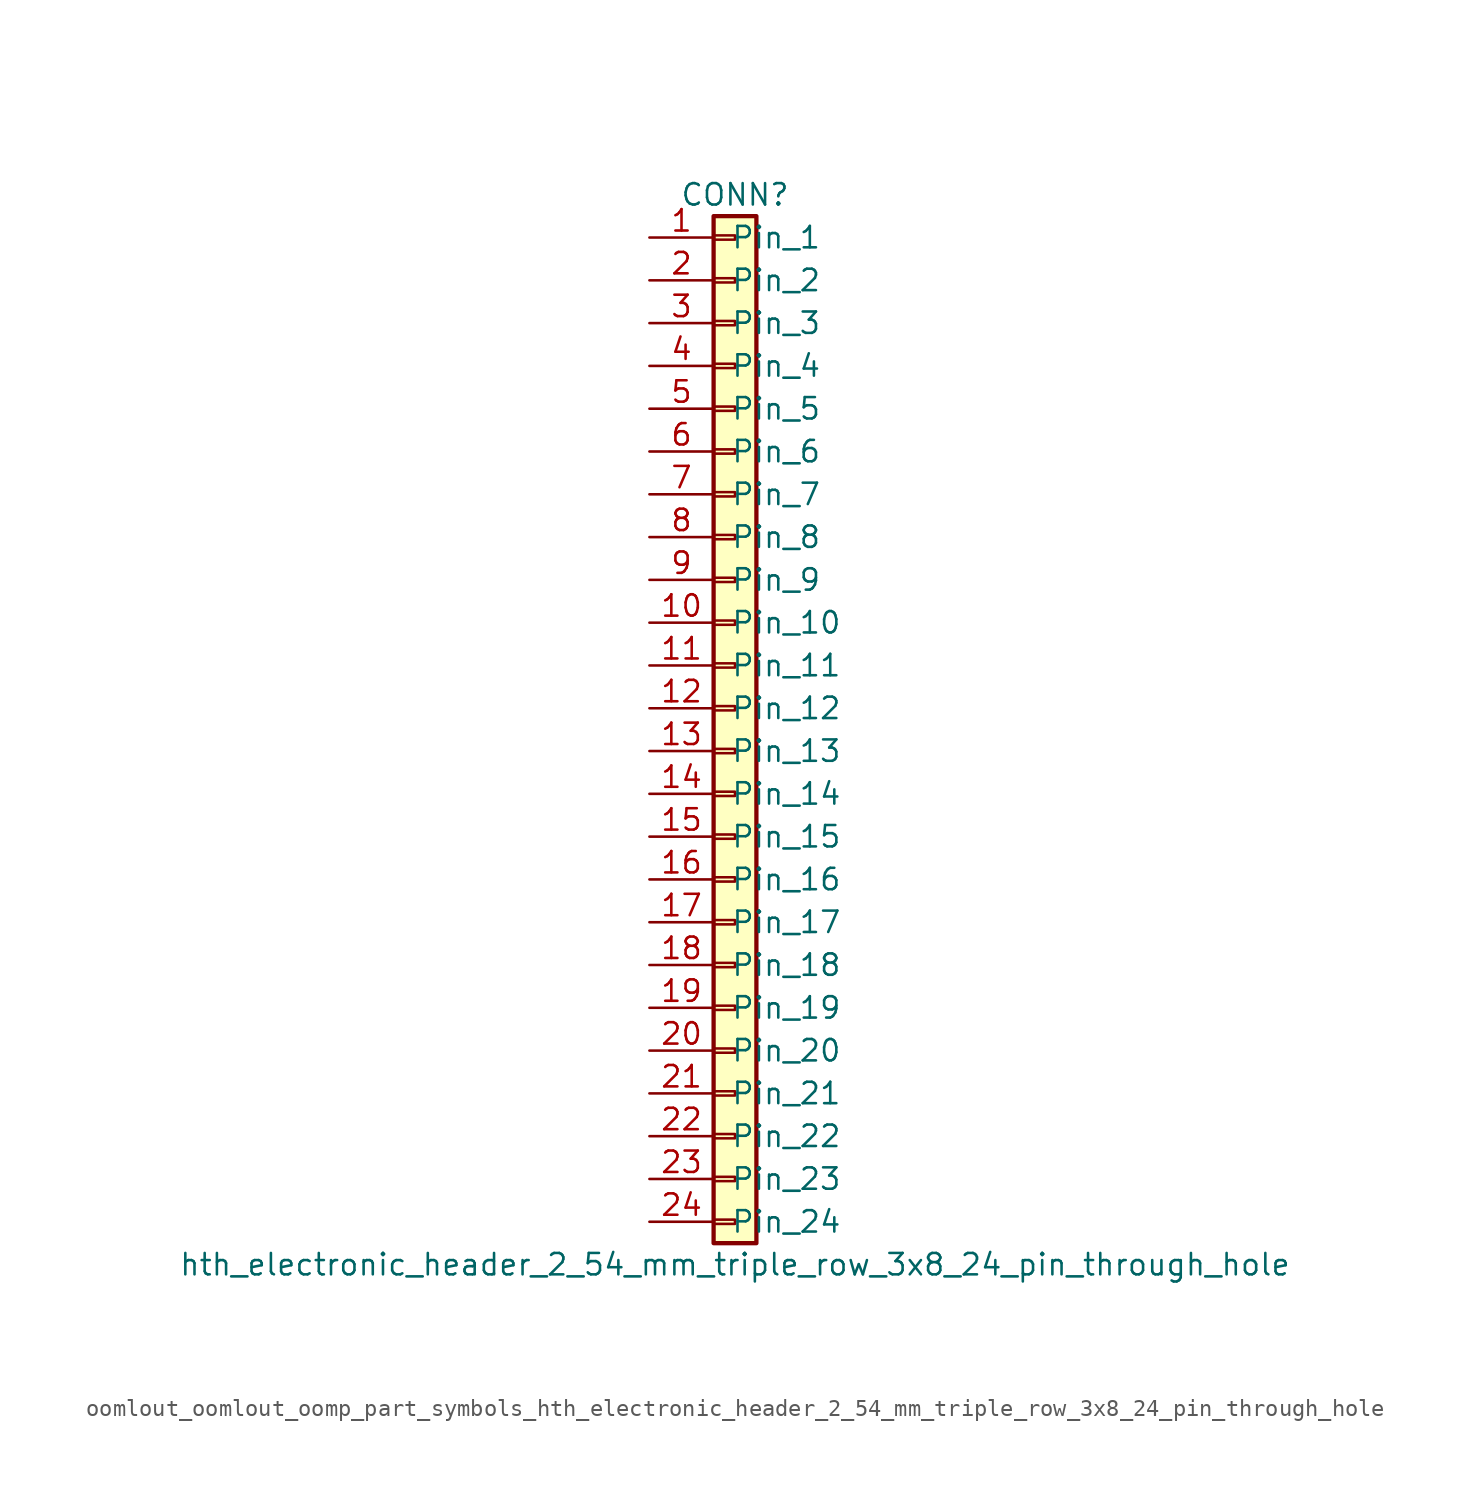
<source format=kicad_sym>
(kicad_symbol_lib
  (version 20220914)
  (generator kicad_symbol_editor)
  (symbol "oomlout_oomlout_oomp_part_symbols_hth_electronic_header_2_54_mm_triple_row_3x8_24_pin_through_hole"
    (pin_names
      (offset 1.016))
    (property "Reference" "CONN"
      (at 0 30.48 0)
      (effects (font (size 1.27 1.27))))
    (property "Value" "hth_electronic_header_2_54_mm_triple_row_3x8_24_pin_through_hole"
      (at 0 -33.02 0)
      (effects (font (size 1.27 1.27))))
    (symbol "oomlout_oomlout_oomp_part_symbols_hth_electronic_header_2_54_mm_triple_row_3x8_24_pin_through_hole_1_1"
      (rectangle (start -1.27 -30.353) (end 0 -30.607) (stroke (width 0.152) (type default)) (fill (type none)))
      (rectangle (start -1.27 -27.813) (end 0 -28.067) (stroke (width 0.152) (type default)) (fill (type none)))
      (rectangle (start -1.27 -25.273) (end 0 -25.527) (stroke (width 0.152) (type default)) (fill (type none)))
      (rectangle (start -1.27 -22.733) (end 0 -22.987) (stroke (width 0.152) (type default)) (fill (type none)))
      (rectangle (start -1.27 -20.193) (end 0 -20.447) (stroke (width 0.152) (type default)) (fill (type none)))
      (rectangle (start -1.27 -17.653) (end 0 -17.907) (stroke (width 0.152) (type default)) (fill (type none)))
      (rectangle (start -1.27 -15.113) (end 0 -15.367) (stroke (width 0.152) (type default)) (fill (type none)))
      (rectangle (start -1.27 -12.573) (end 0 -12.827) (stroke (width 0.152) (type default)) (fill (type none)))
      (rectangle (start -1.27 -10.033) (end 0 -10.287) (stroke (width 0.152) (type default)) (fill (type none)))
      (rectangle (start -1.27 -7.493) (end 0 -7.747) (stroke (width 0.152) (type default)) (fill (type none)))
      (rectangle (start -1.27 -4.953) (end 0 -5.207) (stroke (width 0.152) (type default)) (fill (type none)))
      (rectangle (start -1.27 -2.413) (end 0 -2.667) (stroke (width 0.152) (type default)) (fill (type none)))
      (rectangle (start -1.27 0.127) (end 0 -0.127) (stroke (width 0.152) (type default)) (fill (type none)))
      (rectangle (start -1.27 2.667) (end 0 2.413) (stroke (width 0.152) (type default)) (fill (type none)))
      (rectangle (start -1.27 5.207) (end 0 4.953) (stroke (width 0.152) (type default)) (fill (type none)))
      (rectangle (start -1.27 7.747) (end 0 7.493) (stroke (width 0.152) (type default)) (fill (type none)))
      (rectangle (start -1.27 10.287) (end 0 10.033) (stroke (width 0.152) (type default)) (fill (type none)))
      (rectangle (start -1.27 12.827) (end 0 12.573) (stroke (width 0.152) (type default)) (fill (type none)))
      (rectangle (start -1.27 15.367) (end 0 15.113) (stroke (width 0.152) (type default)) (fill (type none)))
      (rectangle (start -1.27 17.907) (end 0 17.653) (stroke (width 0.152) (type default)) (fill (type none)))
      (rectangle (start -1.27 20.447) (end 0 20.193) (stroke (width 0.152) (type default)) (fill (type none)))
      (rectangle (start -1.27 22.987) (end 0 22.733) (stroke (width 0.152) (type default)) (fill (type none)))
      (rectangle (start -1.27 25.527) (end 0 25.273) (stroke (width 0.152) (type default)) (fill (type none)))
      (rectangle (start -1.27 28.067) (end 0 27.813) (stroke (width 0.152) (type default)) (fill (type none)))
      (rectangle (start -1.27 29.21) (end 1.27 -31.75) (stroke (width 0.254) (type default)) (fill (type background)))
      (pin passive line (at -5.08 27.94 0) (length 3.81) (name "Pin_1" (effects (font (size 1.27 1.27)))) (number "1" (effects (font (size 1.27 1.27)))))
      (pin passive line (at -5.08 5.08 0) (length 3.81) (name "Pin_10" (effects (font (size 1.27 1.27)))) (number "10" (effects (font (size 1.27 1.27)))))
      (pin passive line (at -5.08 2.54 0) (length 3.81) (name "Pin_11" (effects (font (size 1.27 1.27)))) (number "11" (effects (font (size 1.27 1.27)))))
      (pin passive line (at -5.08 0 0) (length 3.81) (name "Pin_12" (effects (font (size 1.27 1.27)))) (number "12" (effects (font (size 1.27 1.27)))))
      (pin passive line (at -5.08 -2.54 0) (length 3.81) (name "Pin_13" (effects (font (size 1.27 1.27)))) (number "13" (effects (font (size 1.27 1.27)))))
      (pin passive line (at -5.08 -5.08 0) (length 3.81) (name "Pin_14" (effects (font (size 1.27 1.27)))) (number "14" (effects (font (size 1.27 1.27)))))
      (pin passive line (at -5.08 -7.62 0) (length 3.81) (name "Pin_15" (effects (font (size 1.27 1.27)))) (number "15" (effects (font (size 1.27 1.27)))))
      (pin passive line (at -5.08 -10.16 0) (length 3.81) (name "Pin_16" (effects (font (size 1.27 1.27)))) (number "16" (effects (font (size 1.27 1.27)))))
      (pin passive line (at -5.08 -12.7 0) (length 3.81) (name "Pin_17" (effects (font (size 1.27 1.27)))) (number "17" (effects (font (size 1.27 1.27)))))
      (pin passive line (at -5.08 -15.24 0) (length 3.81) (name "Pin_18" (effects (font (size 1.27 1.27)))) (number "18" (effects (font (size 1.27 1.27)))))
      (pin passive line (at -5.08 -17.78 0) (length 3.81) (name "Pin_19" (effects (font (size 1.27 1.27)))) (number "19" (effects (font (size 1.27 1.27)))))
      (pin passive line (at -5.08 25.4 0) (length 3.81) (name "Pin_2" (effects (font (size 1.27 1.27)))) (number "2" (effects (font (size 1.27 1.27)))))
      (pin passive line (at -5.08 -20.32 0) (length 3.81) (name "Pin_20" (effects (font (size 1.27 1.27)))) (number "20" (effects (font (size 1.27 1.27)))))
      (pin passive line (at -5.08 -22.86 0) (length 3.81) (name "Pin_21" (effects (font (size 1.27 1.27)))) (number "21" (effects (font (size 1.27 1.27)))))
      (pin passive line (at -5.08 -25.4 0) (length 3.81) (name "Pin_22" (effects (font (size 1.27 1.27)))) (number "22" (effects (font (size 1.27 1.27)))))
      (pin passive line (at -5.08 -27.94 0) (length 3.81) (name "Pin_23" (effects (font (size 1.27 1.27)))) (number "23" (effects (font (size 1.27 1.27)))))
      (pin passive line (at -5.08 -30.48 0) (length 3.81) (name "Pin_24" (effects (font (size 1.27 1.27)))) (number "24" (effects (font (size 1.27 1.27)))))
      (pin passive line (at -5.08 22.86 0) (length 3.81) (name "Pin_3" (effects (font (size 1.27 1.27)))) (number "3" (effects (font (size 1.27 1.27)))))
      (pin passive line (at -5.08 20.32 0) (length 3.81) (name "Pin_4" (effects (font (size 1.27 1.27)))) (number "4" (effects (font (size 1.27 1.27)))))
      (pin passive line (at -5.08 17.78 0) (length 3.81) (name "Pin_5" (effects (font (size 1.27 1.27)))) (number "5" (effects (font (size 1.27 1.27)))))
      (pin passive line (at -5.08 15.24 0) (length 3.81) (name "Pin_6" (effects (font (size 1.27 1.27)))) (number "6" (effects (font (size 1.27 1.27)))))
      (pin passive line (at -5.08 12.7 0) (length 3.81) (name "Pin_7" (effects (font (size 1.27 1.27)))) (number "7" (effects (font (size 1.27 1.27)))))
      (pin passive line (at -5.08 10.16 0) (length 3.81) (name "Pin_8" (effects (font (size 1.27 1.27)))) (number "8" (effects (font (size 1.27 1.27)))))
      (pin passive line (at -5.08 7.62 0) (length 3.81) (name "Pin_9" (effects (font (size 1.27 1.27)))) (number "9" (effects (font (size 1.27 1.27))))))))
</source>
